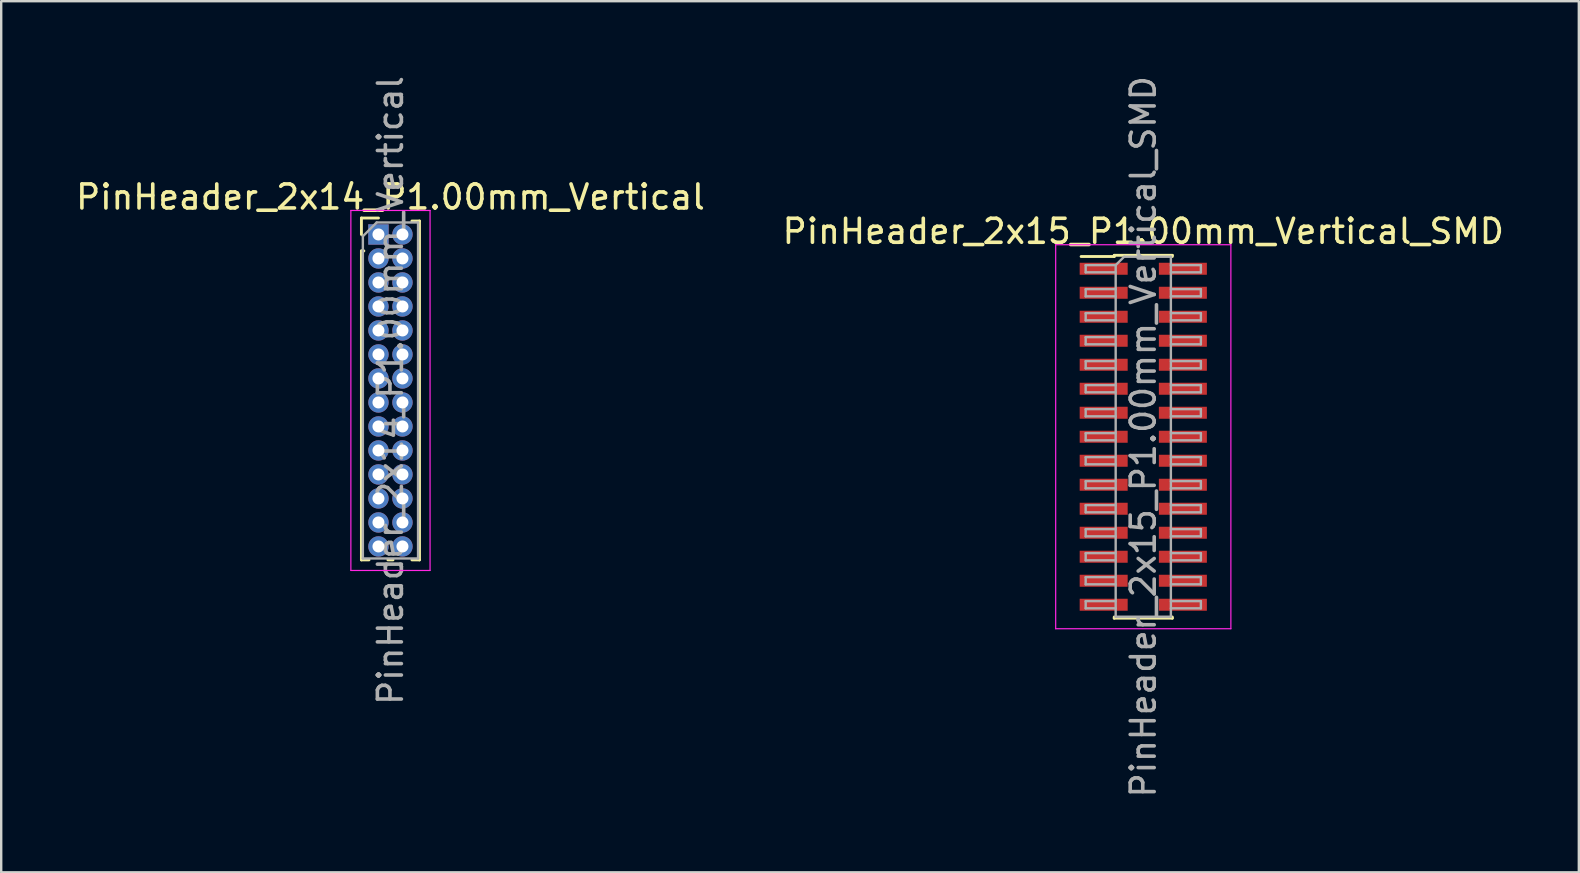
<source format=kicad_pcb>
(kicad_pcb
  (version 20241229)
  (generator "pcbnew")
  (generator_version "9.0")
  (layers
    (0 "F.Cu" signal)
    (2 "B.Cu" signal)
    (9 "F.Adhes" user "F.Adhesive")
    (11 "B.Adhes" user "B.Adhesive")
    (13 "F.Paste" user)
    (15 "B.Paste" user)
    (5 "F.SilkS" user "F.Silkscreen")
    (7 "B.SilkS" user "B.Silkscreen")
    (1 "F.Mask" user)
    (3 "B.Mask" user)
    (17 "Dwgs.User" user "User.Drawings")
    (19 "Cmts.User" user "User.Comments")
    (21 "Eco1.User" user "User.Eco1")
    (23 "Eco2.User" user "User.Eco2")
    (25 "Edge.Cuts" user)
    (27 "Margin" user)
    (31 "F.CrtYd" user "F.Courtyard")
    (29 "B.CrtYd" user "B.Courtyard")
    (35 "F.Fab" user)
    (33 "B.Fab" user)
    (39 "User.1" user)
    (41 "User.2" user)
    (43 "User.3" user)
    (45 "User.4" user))
  (footprint "PinHeader_2x14_P1.00mm_Vertical"
    (layer "F.Cu")
    (at 12.72 6.72)
    (property "Reference" "PinHeader_2x14_P1.00mm_Vertical" (at 0.5 -1.56 0) (layer "F.SilkS") (effects (font (size 1 1) (thickness 0.15))))
    (attr through_hole)
    (fp_line (start -0.71 -0.685) (end 0 -0.685) (stroke (width 0.12) (type solid)) (layer "F.SilkS"))
    (fp_line (start -0.71 0) (end -0.71 -0.685) (stroke (width 0.12) (type solid)) (layer "F.SilkS"))
    (fp_line (start -0.71 0.685) (end -0.71 13.56) (stroke (width 0.12) (type solid)) (layer "F.SilkS"))
    (fp_line (start -0.71 0.685) (end -0.608 0.685) (stroke (width 0.12) (type solid)) (layer "F.SilkS"))
    (fp_line (start -0.71 13.56) (end -0.394 13.56) (stroke (width 0.12) (type solid)) (layer "F.SilkS"))
    (fp_line (start 0.394 13.56) (end 0.606 13.56) (stroke (width 0.12) (type solid)) (layer "F.SilkS"))
    (fp_line (start 1.394 -0.56) (end 1.71 -0.56) (stroke (width 0.12) (type solid)) (layer "F.SilkS"))
    (fp_line (start 1.394 13.56) (end 1.71 13.56) (stroke (width 0.12) (type solid)) (layer "F.SilkS"))
    (fp_line (start 1.71 -0.56) (end 1.71 13.56) (stroke (width 0.12) (type solid)) (layer "F.SilkS"))
    (fp_line (start -1.15 -1) (end -1.15 14) (stroke (width 0.05) (type solid)) (layer "F.CrtYd"))
    (fp_line (start -1.15 14) (end 2.15 14) (stroke (width 0.05) (type solid)) (layer "F.CrtYd"))
    (fp_line (start 2.15 -1) (end -1.15 -1) (stroke (width 0.05) (type solid)) (layer "F.CrtYd"))
    (fp_line (start 2.15 14) (end 2.15 -1) (stroke (width 0.05) (type solid)) (layer "F.CrtYd"))
    (fp_line (start -0.65 0.075) (end -0.075 -0.5) (stroke (width 0.1) (type solid)) (layer "F.Fab"))
    (fp_line (start -0.65 13.5) (end -0.65 0.075) (stroke (width 0.1) (type solid)) (layer "F.Fab"))
    (fp_line (start -0.075 -0.5) (end 1.65 -0.5) (stroke (width 0.1) (type solid)) (layer "F.Fab"))
    (fp_line (start 1.65 -0.5) (end 1.65 13.5) (stroke (width 0.1) (type solid)) (layer "F.Fab"))
    (fp_line (start 1.65 13.5) (end -0.65 13.5) (stroke (width 0.1) (type solid)) (layer "F.Fab"))
    (fp_text user "${REFERENCE}" (at 0.5 6.5 90) (layer "F.Fab") (effects (font (size 1 1) (thickness 0.15))))
    (pad "1" thru_hole rect (at 0 0) (size 0.85 0.85) (drill 0.5) (layers "*.Cu" "*.Mask"))
    (pad "2" thru_hole oval (at 1 0) (size 0.85 0.85) (drill 0.5) (layers "*.Cu" "*.Mask"))
    (pad "3" thru_hole oval (at 0 1) (size 0.85 0.85) (drill 0.5) (layers "*.Cu" "*.Mask"))
    (pad "4" thru_hole oval (at 1 1) (size 0.85 0.85) (drill 0.5) (layers "*.Cu" "*.Mask"))
    (pad "5" thru_hole oval (at 0 2) (size 0.85 0.85) (drill 0.5) (layers "*.Cu" "*.Mask"))
    (pad "6" thru_hole oval (at 1 2) (size 0.85 0.85) (drill 0.5) (layers "*.Cu" "*.Mask"))
    (pad "7" thru_hole oval (at 0 3) (size 0.85 0.85) (drill 0.5) (layers "*.Cu" "*.Mask"))
    (pad "8" thru_hole oval (at 1 3) (size 0.85 0.85) (drill 0.5) (layers "*.Cu" "*.Mask"))
    (pad "9" thru_hole oval (at 0 4) (size 0.85 0.85) (drill 0.5) (layers "*.Cu" "*.Mask"))
    (pad "10" thru_hole oval (at 1 4) (size 0.85 0.85) (drill 0.5) (layers "*.Cu" "*.Mask"))
    (pad "11" thru_hole oval (at 0 5) (size 0.85 0.85) (drill 0.5) (layers "*.Cu" "*.Mask"))
    (pad "12" thru_hole oval (at 1 5) (size 0.85 0.85) (drill 0.5) (layers "*.Cu" "*.Mask"))
    (pad "13" thru_hole oval (at 0 6) (size 0.85 0.85) (drill 0.5) (layers "*.Cu" "*.Mask"))
    (pad "14" thru_hole oval (at 1 6) (size 0.85 0.85) (drill 0.5) (layers "*.Cu" "*.Mask"))
    (pad "15" thru_hole oval (at 0 7) (size 0.85 0.85) (drill 0.5) (layers "*.Cu" "*.Mask"))
    (pad "16" thru_hole oval (at 1 7) (size 0.85 0.85) (drill 0.5) (layers "*.Cu" "*.Mask"))
    (pad "17" thru_hole oval (at 0 8) (size 0.85 0.85) (drill 0.5) (layers "*.Cu" "*.Mask"))
    (pad "18" thru_hole oval (at 1 8) (size 0.85 0.85) (drill 0.5) (layers "*.Cu" "*.Mask"))
    (pad "19" thru_hole oval (at 0 9) (size 0.85 0.85) (drill 0.5) (layers "*.Cu" "*.Mask"))
    (pad "20" thru_hole oval (at 1 9) (size 0.85 0.85) (drill 0.5) (layers "*.Cu" "*.Mask"))
    (pad "21" thru_hole oval (at 0 10) (size 0.85 0.85) (drill 0.5) (layers "*.Cu" "*.Mask"))
    (pad "22" thru_hole oval (at 1 10) (size 0.85 0.85) (drill 0.5) (layers "*.Cu" "*.Mask"))
    (pad "23" thru_hole oval (at 0 11) (size 0.85 0.85) (drill 0.5) (layers "*.Cu" "*.Mask"))
    (pad "24" thru_hole oval (at 1 11) (size 0.85 0.85) (drill 0.5) (layers "*.Cu" "*.Mask"))
    (pad "25" thru_hole oval (at 0 12) (size 0.85 0.85) (drill 0.5) (layers "*.Cu" "*.Mask"))
    (pad "26" thru_hole oval (at 1 12) (size 0.85 0.85) (drill 0.5) (layers "*.Cu" "*.Mask"))
    (pad "27" thru_hole oval (at 0 13) (size 0.85 0.85) (drill 0.5) (layers "*.Cu" "*.Mask"))
    (pad "28" thru_hole oval (at 1 13) (size 0.85 0.85) (drill 0.5) (layers "*.Cu" "*.Mask")))
  (footprint "PinHeader_2x15_P1.00mm_Vertical_SMD"
    (layer "F.Cu")
    (at 44.589 15.149)
    (property "Reference" "PinHeader_2x15_P1.00mm_Vertical_SMD" (at 0 -8.56 0) (layer "F.SilkS") (effects (font (size 1 1) (thickness 0.15))))
    (attr smd)
    (fp_line (start -2.59 -7.51) (end -1.21 -7.51) (stroke (width 0.12) (type solid)) (layer "F.SilkS"))
    (fp_line (start -1.21 -7.56) (end -1.21 -7.51) (stroke (width 0.12) (type solid)) (layer "F.SilkS"))
    (fp_line (start -1.21 -7.56) (end 1.21 -7.56) (stroke (width 0.12) (type solid)) (layer "F.SilkS"))
    (fp_line (start -1.21 7.51) (end -1.21 7.56) (stroke (width 0.12) (type solid)) (layer "F.SilkS"))
    (fp_line (start -1.21 7.56) (end 1.21 7.56) (stroke (width 0.12) (type solid)) (layer "F.SilkS"))
    (fp_line (start 1.21 -7.56) (end 1.21 -7.51) (stroke (width 0.12) (type solid)) (layer "F.SilkS"))
    (fp_line (start 1.21 7.51) (end 1.21 7.56) (stroke (width 0.12) (type solid)) (layer "F.SilkS"))
    (fp_line (start -3.65 -8) (end -3.65 8) (stroke (width 0.05) (type solid)) (layer "F.CrtYd"))
    (fp_line (start -3.65 8) (end 3.65 8) (stroke (width 0.05) (type solid)) (layer "F.CrtYd"))
    (fp_line (start 3.65 -8) (end -3.65 -8) (stroke (width 0.05) (type solid)) (layer "F.CrtYd"))
    (fp_line (start 3.65 8) (end 3.65 -8) (stroke (width 0.05) (type solid)) (layer "F.CrtYd"))
    (fp_line (start -2.4 -7.15) (end -2.4 -6.85) (stroke (width 0.1) (type solid)) (layer "F.Fab"))
    (fp_line (start -2.4 -6.85) (end -1.15 -6.85) (stroke (width 0.1) (type solid)) (layer "F.Fab"))
    (fp_line (start -2.4 -6.15) (end -2.4 -5.85) (stroke (width 0.1) (type solid)) (layer "F.Fab"))
    (fp_line (start -2.4 -5.85) (end -1.15 -5.85) (stroke (width 0.1) (type solid)) (layer "F.Fab"))
    (fp_line (start -2.4 -5.15) (end -2.4 -4.85) (stroke (width 0.1) (type solid)) (layer "F.Fab"))
    (fp_line (start -2.4 -4.85) (end -1.15 -4.85) (stroke (width 0.1) (type solid)) (layer "F.Fab"))
    (fp_line (start -2.4 -4.15) (end -2.4 -3.85) (stroke (width 0.1) (type solid)) (layer "F.Fab"))
    (fp_line (start -2.4 -3.85) (end -1.15 -3.85) (stroke (width 0.1) (type solid)) (layer "F.Fab"))
    (fp_line (start -2.4 -3.15) (end -2.4 -2.85) (stroke (width 0.1) (type solid)) (layer "F.Fab"))
    (fp_line (start -2.4 -2.85) (end -1.15 -2.85) (stroke (width 0.1) (type solid)) (layer "F.Fab"))
    (fp_line (start -2.4 -2.15) (end -2.4 -1.85) (stroke (width 0.1) (type solid)) (layer "F.Fab"))
    (fp_line (start -2.4 -1.85) (end -1.15 -1.85) (stroke (width 0.1) (type solid)) (layer "F.Fab"))
    (fp_line (start -2.4 -1.15) (end -2.4 -0.85) (stroke (width 0.1) (type solid)) (layer "F.Fab"))
    (fp_line (start -2.4 -0.85) (end -1.15 -0.85) (stroke (width 0.1) (type solid)) (layer "F.Fab"))
    (fp_line (start -2.4 -0.15) (end -2.4 0.15) (stroke (width 0.1) (type solid)) (layer "F.Fab"))
    (fp_line (start -2.4 0.15) (end -1.15 0.15) (stroke (width 0.1) (type solid)) (layer "F.Fab"))
    (fp_line (start -2.4 0.85) (end -2.4 1.15) (stroke (width 0.1) (type solid)) (layer "F.Fab"))
    (fp_line (start -2.4 1.15) (end -1.15 1.15) (stroke (width 0.1) (type solid)) (layer "F.Fab"))
    (fp_line (start -2.4 1.85) (end -2.4 2.15) (stroke (width 0.1) (type solid)) (layer "F.Fab"))
    (fp_line (start -2.4 2.15) (end -1.15 2.15) (stroke (width 0.1) (type solid)) (layer "F.Fab"))
    (fp_line (start -2.4 2.85) (end -2.4 3.15) (stroke (width 0.1) (type solid)) (layer "F.Fab"))
    (fp_line (start -2.4 3.15) (end -1.15 3.15) (stroke (width 0.1) (type solid)) (layer "F.Fab"))
    (fp_line (start -2.4 3.85) (end -2.4 4.15) (stroke (width 0.1) (type solid)) (layer "F.Fab"))
    (fp_line (start -2.4 4.15) (end -1.15 4.15) (stroke (width 0.1) (type solid)) (layer "F.Fab"))
    (fp_line (start -2.4 4.85) (end -2.4 5.15) (stroke (width 0.1) (type solid)) (layer "F.Fab"))
    (fp_line (start -2.4 5.15) (end -1.15 5.15) (stroke (width 0.1) (type solid)) (layer "F.Fab"))
    (fp_line (start -2.4 5.85) (end -2.4 6.15) (stroke (width 0.1) (type solid)) (layer "F.Fab"))
    (fp_line (start -2.4 6.15) (end -1.15 6.15) (stroke (width 0.1) (type solid)) (layer "F.Fab"))
    (fp_line (start -2.4 6.85) (end -2.4 7.15) (stroke (width 0.1) (type solid)) (layer "F.Fab"))
    (fp_line (start -2.4 7.15) (end -1.15 7.15) (stroke (width 0.1) (type solid)) (layer "F.Fab"))
    (fp_line (start -1.15 -7.15) (end -2.4 -7.15) (stroke (width 0.1) (type solid)) (layer "F.Fab"))
    (fp_line (start -1.15 -7.15) (end -0.8 -7.5) (stroke (width 0.1) (type solid)) (layer "F.Fab"))
    (fp_line (start -1.15 -6.15) (end -2.4 -6.15) (stroke (width 0.1) (type solid)) (layer "F.Fab"))
    (fp_line (start -1.15 -5.15) (end -2.4 -5.15) (stroke (width 0.1) (type solid)) (layer "F.Fab"))
    (fp_line (start -1.15 -4.15) (end -2.4 -4.15) (stroke (width 0.1) (type solid)) (layer "F.Fab"))
    (fp_line (start -1.15 -3.15) (end -2.4 -3.15) (stroke (width 0.1) (type solid)) (layer "F.Fab"))
    (fp_line (start -1.15 -2.15) (end -2.4 -2.15) (stroke (width 0.1) (type solid)) (layer "F.Fab"))
    (fp_line (start -1.15 -1.15) (end -2.4 -1.15) (stroke (width 0.1) (type solid)) (layer "F.Fab"))
    (fp_line (start -1.15 -0.15) (end -2.4 -0.15) (stroke (width 0.1) (type solid)) (layer "F.Fab"))
    (fp_line (start -1.15 0.85) (end -2.4 0.85) (stroke (width 0.1) (type solid)) (layer "F.Fab"))
    (fp_line (start -1.15 1.85) (end -2.4 1.85) (stroke (width 0.1) (type solid)) (layer "F.Fab"))
    (fp_line (start -1.15 2.85) (end -2.4 2.85) (stroke (width 0.1) (type solid)) (layer "F.Fab"))
    (fp_line (start -1.15 3.85) (end -2.4 3.85) (stroke (width 0.1) (type solid)) (layer "F.Fab"))
    (fp_line (start -1.15 4.85) (end -2.4 4.85) (stroke (width 0.1) (type solid)) (layer "F.Fab"))
    (fp_line (start -1.15 5.85) (end -2.4 5.85) (stroke (width 0.1) (type solid)) (layer "F.Fab"))
    (fp_line (start -1.15 6.85) (end -2.4 6.85) (stroke (width 0.1) (type solid)) (layer "F.Fab"))
    (fp_line (start -1.15 7.5) (end -1.15 -7.15) (stroke (width 0.1) (type solid)) (layer "F.Fab"))
    (fp_line (start -0.8 -7.5) (end 1.15 -7.5) (stroke (width 0.1) (type solid)) (layer "F.Fab"))
    (fp_line (start 1.15 -7.5) (end 1.15 7.5) (stroke (width 0.1) (type solid)) (layer "F.Fab"))
    (fp_line (start 1.15 -7.15) (end 2.4 -7.15) (stroke (width 0.1) (type solid)) (layer "F.Fab"))
    (fp_line (start 1.15 -6.15) (end 2.4 -6.15) (stroke (width 0.1) (type solid)) (layer "F.Fab"))
    (fp_line (start 1.15 -5.15) (end 2.4 -5.15) (stroke (width 0.1) (type solid)) (layer "F.Fab"))
    (fp_line (start 1.15 -4.15) (end 2.4 -4.15) (stroke (width 0.1) (type solid)) (layer "F.Fab"))
    (fp_line (start 1.15 -3.15) (end 2.4 -3.15) (stroke (width 0.1) (type solid)) (layer "F.Fab"))
    (fp_line (start 1.15 -2.15) (end 2.4 -2.15) (stroke (width 0.1) (type solid)) (layer "F.Fab"))
    (fp_line (start 1.15 -1.15) (end 2.4 -1.15) (stroke (width 0.1) (type solid)) (layer "F.Fab"))
    (fp_line (start 1.15 -0.15) (end 2.4 -0.15) (stroke (width 0.1) (type solid)) (layer "F.Fab"))
    (fp_line (start 1.15 0.85) (end 2.4 0.85) (stroke (width 0.1) (type solid)) (layer "F.Fab"))
    (fp_line (start 1.15 1.85) (end 2.4 1.85) (stroke (width 0.1) (type solid)) (layer "F.Fab"))
    (fp_line (start 1.15 2.85) (end 2.4 2.85) (stroke (width 0.1) (type solid)) (layer "F.Fab"))
    (fp_line (start 1.15 3.85) (end 2.4 3.85) (stroke (width 0.1) (type solid)) (layer "F.Fab"))
    (fp_line (start 1.15 4.85) (end 2.4 4.85) (stroke (width 0.1) (type solid)) (layer "F.Fab"))
    (fp_line (start 1.15 5.85) (end 2.4 5.85) (stroke (width 0.1) (type solid)) (layer "F.Fab"))
    (fp_line (start 1.15 6.85) (end 2.4 6.85) (stroke (width 0.1) (type solid)) (layer "F.Fab"))
    (fp_line (start 1.15 7.5) (end -1.15 7.5) (stroke (width 0.1) (type solid)) (layer "F.Fab"))
    (fp_line (start 2.4 -7.15) (end 2.4 -6.85) (stroke (width 0.1) (type solid)) (layer "F.Fab"))
    (fp_line (start 2.4 -6.85) (end 1.15 -6.85) (stroke (width 0.1) (type solid)) (layer "F.Fab"))
    (fp_line (start 2.4 -6.15) (end 2.4 -5.85) (stroke (width 0.1) (type solid)) (layer "F.Fab"))
    (fp_line (start 2.4 -5.85) (end 1.15 -5.85) (stroke (width 0.1) (type solid)) (layer "F.Fab"))
    (fp_line (start 2.4 -5.15) (end 2.4 -4.85) (stroke (width 0.1) (type solid)) (layer "F.Fab"))
    (fp_line (start 2.4 -4.85) (end 1.15 -4.85) (stroke (width 0.1) (type solid)) (layer "F.Fab"))
    (fp_line (start 2.4 -4.15) (end 2.4 -3.85) (stroke (width 0.1) (type solid)) (layer "F.Fab"))
    (fp_line (start 2.4 -3.85) (end 1.15 -3.85) (stroke (width 0.1) (type solid)) (layer "F.Fab"))
    (fp_line (start 2.4 -3.15) (end 2.4 -2.85) (stroke (width 0.1) (type solid)) (layer "F.Fab"))
    (fp_line (start 2.4 -2.85) (end 1.15 -2.85) (stroke (width 0.1) (type solid)) (layer "F.Fab"))
    (fp_line (start 2.4 -2.15) (end 2.4 -1.85) (stroke (width 0.1) (type solid)) (layer "F.Fab"))
    (fp_line (start 2.4 -1.85) (end 1.15 -1.85) (stroke (width 0.1) (type solid)) (layer "F.Fab"))
    (fp_line (start 2.4 -1.15) (end 2.4 -0.85) (stroke (width 0.1) (type solid)) (layer "F.Fab"))
    (fp_line (start 2.4 -0.85) (end 1.15 -0.85) (stroke (width 0.1) (type solid)) (layer "F.Fab"))
    (fp_line (start 2.4 -0.15) (end 2.4 0.15) (stroke (width 0.1) (type solid)) (layer "F.Fab"))
    (fp_line (start 2.4 0.15) (end 1.15 0.15) (stroke (width 0.1) (type solid)) (layer "F.Fab"))
    (fp_line (start 2.4 0.85) (end 2.4 1.15) (stroke (width 0.1) (type solid)) (layer "F.Fab"))
    (fp_line (start 2.4 1.15) (end 1.15 1.15) (stroke (width 0.1) (type solid)) (layer "F.Fab"))
    (fp_line (start 2.4 1.85) (end 2.4 2.15) (stroke (width 0.1) (type solid)) (layer "F.Fab"))
    (fp_line (start 2.4 2.15) (end 1.15 2.15) (stroke (width 0.1) (type solid)) (layer "F.Fab"))
    (fp_line (start 2.4 2.85) (end 2.4 3.15) (stroke (width 0.1) (type solid)) (layer "F.Fab"))
    (fp_line (start 2.4 3.15) (end 1.15 3.15) (stroke (width 0.1) (type solid)) (layer "F.Fab"))
    (fp_line (start 2.4 3.85) (end 2.4 4.15) (stroke (width 0.1) (type solid)) (layer "F.Fab"))
    (fp_line (start 2.4 4.15) (end 1.15 4.15) (stroke (width 0.1) (type solid)) (layer "F.Fab"))
    (fp_line (start 2.4 4.85) (end 2.4 5.15) (stroke (width 0.1) (type solid)) (layer "F.Fab"))
    (fp_line (start 2.4 5.15) (end 1.15 5.15) (stroke (width 0.1) (type solid)) (layer "F.Fab"))
    (fp_line (start 2.4 5.85) (end 2.4 6.15) (stroke (width 0.1) (type solid)) (layer "F.Fab"))
    (fp_line (start 2.4 6.15) (end 1.15 6.15) (stroke (width 0.1) (type solid)) (layer "F.Fab"))
    (fp_line (start 2.4 6.85) (end 2.4 7.15) (stroke (width 0.1) (type solid)) (layer "F.Fab"))
    (fp_line (start 2.4 7.15) (end 1.15 7.15) (stroke (width 0.1) (type solid)) (layer "F.Fab"))
    (fp_text user "${REFERENCE}" (at 0 0 90) (layer "F.Fab") (effects (font (size 1 1) (thickness 0.15))))
    (pad "1" smd rect (at -1.65 -7) (size 2 0.5) (layers "F.Cu" "F.Mask" "F.Paste"))
    (pad "2" smd rect (at 1.65 -7) (size 2 0.5) (layers "F.Cu" "F.Mask" "F.Paste"))
    (pad "3" smd rect (at -1.65 -6) (size 2 0.5) (layers "F.Cu" "F.Mask" "F.Paste"))
    (pad "4" smd rect (at 1.65 -6) (size 2 0.5) (layers "F.Cu" "F.Mask" "F.Paste"))
    (pad "5" smd rect (at -1.65 -5) (size 2 0.5) (layers "F.Cu" "F.Mask" "F.Paste"))
    (pad "6" smd rect (at 1.65 -5) (size 2 0.5) (layers "F.Cu" "F.Mask" "F.Paste"))
    (pad "7" smd rect (at -1.65 -4) (size 2 0.5) (layers "F.Cu" "F.Mask" "F.Paste"))
    (pad "8" smd rect (at 1.65 -4) (size 2 0.5) (layers "F.Cu" "F.Mask" "F.Paste"))
    (pad "9" smd rect (at -1.65 -3) (size 2 0.5) (layers "F.Cu" "F.Mask" "F.Paste"))
    (pad "10" smd rect (at 1.65 -3) (size 2 0.5) (layers "F.Cu" "F.Mask" "F.Paste"))
    (pad "11" smd rect (at -1.65 -2) (size 2 0.5) (layers "F.Cu" "F.Mask" "F.Paste"))
    (pad "12" smd rect (at 1.65 -2) (size 2 0.5) (layers "F.Cu" "F.Mask" "F.Paste"))
    (pad "13" smd rect (at -1.65 -1) (size 2 0.5) (layers "F.Cu" "F.Mask" "F.Paste"))
    (pad "14" smd rect (at 1.65 -1) (size 2 0.5) (layers "F.Cu" "F.Mask" "F.Paste"))
    (pad "15" smd rect (at -1.65 0) (size 2 0.5) (layers "F.Cu" "F.Mask" "F.Paste"))
    (pad "16" smd rect (at 1.65 0) (size 2 0.5) (layers "F.Cu" "F.Mask" "F.Paste"))
    (pad "17" smd rect (at -1.65 1) (size 2 0.5) (layers "F.Cu" "F.Mask" "F.Paste"))
    (pad "18" smd rect (at 1.65 1) (size 2 0.5) (layers "F.Cu" "F.Mask" "F.Paste"))
    (pad "19" smd rect (at -1.65 2) (size 2 0.5) (layers "F.Cu" "F.Mask" "F.Paste"))
    (pad "20" smd rect (at 1.65 2) (size 2 0.5) (layers "F.Cu" "F.Mask" "F.Paste"))
    (pad "21" smd rect (at -1.65 3) (size 2 0.5) (layers "F.Cu" "F.Mask" "F.Paste"))
    (pad "22" smd rect (at 1.65 3) (size 2 0.5) (layers "F.Cu" "F.Mask" "F.Paste"))
    (pad "23" smd rect (at -1.65 4) (size 2 0.5) (layers "F.Cu" "F.Mask" "F.Paste"))
    (pad "24" smd rect (at 1.65 4) (size 2 0.5) (layers "F.Cu" "F.Mask" "F.Paste"))
    (pad "25" smd rect (at -1.65 5) (size 2 0.5) (layers "F.Cu" "F.Mask" "F.Paste"))
    (pad "26" smd rect (at 1.65 5) (size 2 0.5) (layers "F.Cu" "F.Mask" "F.Paste"))
    (pad "27" smd rect (at -1.65 6) (size 2 0.5) (layers "F.Cu" "F.Mask" "F.Paste"))
    (pad "28" smd rect (at 1.65 6) (size 2 0.5) (layers "F.Cu" "F.Mask" "F.Paste"))
    (pad "29" smd rect (at -1.65 7) (size 2 0.5) (layers "F.Cu" "F.Mask" "F.Paste"))
    (pad "30" smd rect (at 1.65 7) (size 2 0.5) (layers "F.Cu" "F.Mask" "F.Paste")))
  (gr_rect
    (start -3 -3)
    (end 62.738 33.298)
    (stroke (width 0.1) (type default))
    (fill no)
    (layer "Edge.Cuts")))
</source>
